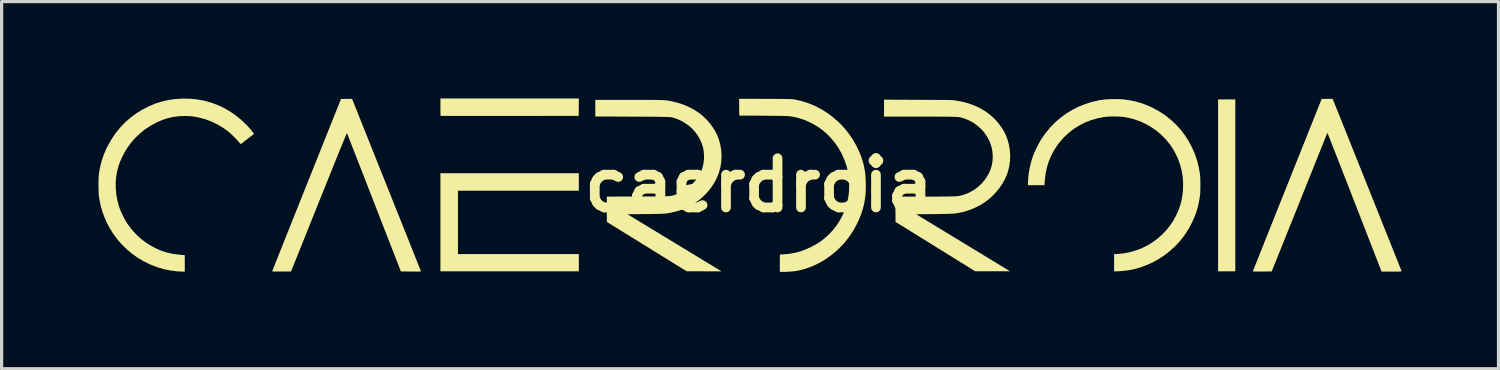
<source format=kicad_pcb>
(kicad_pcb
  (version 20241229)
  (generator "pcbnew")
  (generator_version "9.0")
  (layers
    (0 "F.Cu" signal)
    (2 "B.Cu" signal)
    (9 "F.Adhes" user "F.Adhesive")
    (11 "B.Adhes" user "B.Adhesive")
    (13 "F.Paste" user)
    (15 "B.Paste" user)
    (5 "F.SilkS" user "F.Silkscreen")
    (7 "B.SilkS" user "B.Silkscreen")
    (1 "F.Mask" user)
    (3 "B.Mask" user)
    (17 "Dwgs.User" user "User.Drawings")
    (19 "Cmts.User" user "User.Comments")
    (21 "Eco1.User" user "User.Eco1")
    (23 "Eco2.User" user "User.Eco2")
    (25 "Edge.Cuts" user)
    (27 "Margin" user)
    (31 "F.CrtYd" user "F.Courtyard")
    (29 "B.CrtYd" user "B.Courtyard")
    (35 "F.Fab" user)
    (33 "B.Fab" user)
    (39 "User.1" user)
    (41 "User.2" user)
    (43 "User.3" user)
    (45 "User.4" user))
  (footprint "caerdroia"
    (layer "F.Cu")
    (at 20.451 2.686)
    (property "Reference" "caerdroia" (at 0 0 0) (layer "F.SilkS") (effects (font (size 1.524 1.524) (thickness 0.3))))
    (attr board_only exclude_from_pos_files exclude_from_bom)
    (fp_poly (pts (xy 14.758 2.667) (xy 14.224 2.667) (xy 14.224 -2.657) (xy 14.758 -2.657)) (stroke (width 0) (type solid)) (fill yes) (layer "F.SilkS"))
    (fp_poly (pts (xy -5.574 0.171) (xy -9.318 0.171) (xy -9.318 2.133) (xy -5.574 2.133) (xy -5.574 2.667) (xy -9.861 2.667) (xy -9.861 -0.371) (xy -5.574 -0.371)) (stroke (width 0) (type solid)) (fill yes) (layer "F.SilkS"))
    (fp_poly (pts (xy -5.576 -2.417) (xy -5.578 -2.148) (xy -7.713 -2.145) (xy -7.914 -2.145) (xy -8.109 -2.145) (xy -8.298 -2.145) (xy -8.481 -2.145) (xy -8.656 -2.145) (xy -8.823 -2.145) (xy -8.98 -2.145) (xy -9.127 -2.145) (xy -9.263 -2.145) (xy -9.388 -2.146) (xy -9.499 -2.146) (xy -9.597 -2.146) (xy -9.68 -2.147) (xy -9.749 -2.147) (xy -9.801 -2.148) (xy -9.836 -2.148) (xy -9.853 -2.149) (xy -9.854 -2.149) (xy -9.856 -2.16) (xy -9.858 -2.187) (xy -9.859 -2.229) (xy -9.86 -2.282) (xy -9.861 -2.344) (xy -9.861 -2.413) (xy -9.861 -2.421) (xy -9.861 -2.686) (xy -5.573 -2.686)) (stroke (width 0) (type solid)) (fill yes) (layer "F.SilkS"))
    (fp_poly (pts (xy -12.657 -2.674) (xy -12.624 -2.673) (xy -12.603 -2.67) (xy -12.594 -2.666) (xy -12.593 -2.664) (xy -12.589 -2.655) (xy -12.578 -2.628) (xy -12.561 -2.585) (xy -12.538 -2.526) (xy -12.508 -2.453) (xy -12.473 -2.365) (xy -12.432 -2.264) (xy -12.387 -2.149) (xy -12.336 -2.023) (xy -12.281 -1.885) (xy -12.222 -1.736) (xy -12.158 -1.577) (xy -12.091 -1.409) (xy -12.02 -1.232) (xy -11.946 -1.047) (xy -11.869 -0.854) (xy -11.79 -0.655) (xy -11.708 -0.45) (xy -11.624 -0.24) (xy -11.538 -0.025) (xy -11.529 -0.003) (xy -11.443 0.213) (xy -11.359 0.424) (xy -11.277 0.629) (xy -11.197 0.829) (xy -11.119 1.022) (xy -11.045 1.208) (xy -10.974 1.386) (xy -10.906 1.556) (xy -10.842 1.716) (xy -10.783 1.866) (xy -10.727 2.005) (xy -10.676 2.133) (xy -10.63 2.248) (xy -10.589 2.351) (xy -10.553 2.441) (xy -10.523 2.516) (xy -10.499 2.576) (xy -10.481 2.621) (xy -10.469 2.65) (xy -10.465 2.661) (xy -10.465 2.662) (xy -10.465 2.666) (xy -10.469 2.669) (xy -10.481 2.671) (xy -10.5 2.673) (xy -10.53 2.674) (xy -10.572 2.675) (xy -10.627 2.675) (xy -10.698 2.674) (xy -10.772 2.674) (xy -11.085 2.671) (xy -11.916 0.538) (xy -11.991 0.345) (xy -12.065 0.156) (xy -12.136 -0.028) (xy -12.205 -0.205) (xy -12.272 -0.376) (xy -12.335 -0.539) (xy -12.396 -0.693) (xy -12.452 -0.838) (xy -12.505 -0.974) (xy -12.554 -1.098) (xy -12.598 -1.211) (xy -12.637 -1.311) (xy -12.671 -1.399) (xy -12.7 -1.472) (xy -12.723 -1.531) (xy -12.74 -1.574) (xy -12.75 -1.602) (xy -12.754 -1.612) (xy -12.758 -1.608) (xy -12.766 -1.59) (xy -12.78 -1.56) (xy -12.799 -1.517) (xy -12.823 -1.459) (xy -12.853 -1.388) (xy -12.888 -1.302) (xy -12.929 -1.202) (xy -12.976 -1.087) (xy -13.029 -0.956) (xy -13.088 -0.81) (xy -13.154 -0.649) (xy -13.225 -0.471) (xy -13.304 -0.277) (xy -13.388 -0.066) (xy -13.48 0.162) (xy -13.578 0.407) (xy -13.624 0.521) (xy -14.487 2.671) (xy -14.78 2.674) (xy -14.852 2.674) (xy -14.918 2.674) (xy -14.975 2.674) (xy -15.021 2.673) (xy -15.054 2.672) (xy -15.07 2.67) (xy -15.072 2.669) (xy -15.069 2.66) (xy -15.058 2.634) (xy -15.042 2.591) (xy -15.018 2.533) (xy -14.989 2.459) (xy -14.955 2.372) (xy -14.914 2.271) (xy -14.869 2.157) (xy -14.819 2.031) (xy -14.764 1.893) (xy -14.705 1.744) (xy -14.641 1.586) (xy -14.574 1.417) (xy -14.504 1.241) (xy -14.43 1.055) (xy -14.353 0.863) (xy -14.273 0.664) (xy -14.191 0.458) (xy -14.107 0.248) (xy -14.021 0.032) (xy -14.006 -0.005) (xy -12.94 -2.671) (xy -12.769 -2.674) (xy -12.704 -2.675)) (stroke (width 0) (type solid)) (fill yes) (layer "F.SilkS"))
    (fp_poly (pts (xy 17.712 -2.674) (xy 17.745 -2.673) (xy 17.765 -2.67) (xy 17.775 -2.665) (xy 17.775 -2.664) (xy 17.78 -2.655) (xy 17.791 -2.628) (xy 17.808 -2.585) (xy 17.832 -2.526) (xy 17.862 -2.453) (xy 17.897 -2.365) (xy 17.938 -2.263) (xy 17.984 -2.149) (xy 18.035 -2.023) (xy 18.09 -1.885) (xy 18.15 -1.736) (xy 18.214 -1.577) (xy 18.281 -1.409) (xy 18.352 -1.232) (xy 18.426 -1.046) (xy 18.503 -0.854) (xy 18.583 -0.655) (xy 18.665 -0.449) (xy 18.749 -0.239) (xy 18.835 -0.024) (xy 18.845 0) (xy 18.931 0.216) (xy 19.015 0.427) (xy 19.098 0.632) (xy 19.177 0.832) (xy 19.255 1.026) (xy 19.329 1.212) (xy 19.4 1.39) (xy 19.468 1.559) (xy 19.532 1.719) (xy 19.592 1.869) (xy 19.647 2.008) (xy 19.698 2.136) (xy 19.744 2.251) (xy 19.786 2.354) (xy 19.821 2.444) (xy 19.851 2.519) (xy 19.875 2.579) (xy 19.893 2.624) (xy 19.905 2.652) (xy 19.909 2.664) (xy 19.909 2.664) (xy 19.907 2.668) (xy 19.896 2.67) (xy 19.874 2.672) (xy 19.841 2.674) (xy 19.794 2.675) (xy 19.732 2.676) (xy 19.653 2.676) (xy 19.601 2.676) (xy 19.288 2.676) (xy 18.45 0.523) (xy 18.374 0.329) (xy 18.301 0.139) (xy 18.229 -0.044) (xy 18.16 -0.222) (xy 18.093 -0.393) (xy 18.03 -0.555) (xy 17.969 -0.709) (xy 17.913 -0.854) (xy 17.86 -0.989) (xy 17.811 -1.113) (xy 17.767 -1.225) (xy 17.728 -1.325) (xy 17.694 -1.412) (xy 17.665 -1.485) (xy 17.641 -1.543) (xy 17.624 -1.586) (xy 17.613 -1.612) (xy 17.609 -1.622) (xy 17.609 -1.622) (xy 17.605 -1.613) (xy 17.595 -1.586) (xy 17.577 -1.544) (xy 17.554 -1.486) (xy 17.525 -1.414) (xy 17.491 -1.327) (xy 17.451 -1.228) (xy 17.406 -1.116) (xy 17.356 -0.993) (xy 17.302 -0.858) (xy 17.244 -0.714) (xy 17.183 -0.561) (xy 17.118 -0.399) (xy 17.05 -0.229) (xy 16.979 -0.052) (xy 16.905 0.131) (xy 16.83 0.319) (xy 16.752 0.512) (xy 16.746 0.529) (xy 15.885 2.671) (xy 15.593 2.674) (xy 15.521 2.674) (xy 15.455 2.674) (xy 15.398 2.674) (xy 15.352 2.673) (xy 15.319 2.671) (xy 15.303 2.67) (xy 15.301 2.669) (xy 15.304 2.66) (xy 15.315 2.633) (xy 15.332 2.591) (xy 15.355 2.532) (xy 15.384 2.459) (xy 15.418 2.372) (xy 15.459 2.271) (xy 15.504 2.157) (xy 15.554 2.03) (xy 15.609 1.893) (xy 15.668 1.744) (xy 15.732 1.585) (xy 15.799 1.417) (xy 15.869 1.24) (xy 15.943 1.055) (xy 16.02 0.863) (xy 16.1 0.663) (xy 16.182 0.458) (xy 16.266 0.247) (xy 16.352 0.032) (xy 16.367 -0.005) (xy 17.432 -2.671) (xy 17.599 -2.674) (xy 17.664 -2.675)) (stroke (width 0) (type solid)) (fill yes) (layer "F.SilkS"))
    (fp_poly (pts (xy 0.207 -2.674) (xy 0.351 -2.673) (xy 0.477 -2.673) (xy 0.587 -2.672) (xy 0.682 -2.672) (xy 0.763 -2.671) (xy 0.832 -2.67) (xy 0.889 -2.669) (xy 0.938 -2.668) (xy 0.978 -2.667) (xy 1.011 -2.665) (xy 1.039 -2.663) (xy 1.063 -2.661) (xy 1.084 -2.659) (xy 1.103 -2.656) (xy 1.122 -2.652) (xy 1.136 -2.65) (xy 1.35 -2.599) (xy 1.559 -2.531) (xy 1.762 -2.444) (xy 1.958 -2.341) (xy 2.146 -2.22) (xy 2.326 -2.083) (xy 2.497 -1.93) (xy 2.536 -1.892) (xy 2.669 -1.748) (xy 2.792 -1.591) (xy 2.906 -1.423) (xy 3.008 -1.248) (xy 3.096 -1.069) (xy 3.171 -0.886) (xy 3.229 -0.705) (xy 3.253 -0.608) (xy 3.271 -0.523) (xy 3.285 -0.446) (xy 3.295 -0.37) (xy 3.303 -0.292) (xy 3.308 -0.206) (xy 3.312 -0.107) (xy 3.313 -0.074) (xy 3.314 0.077) (xy 3.31 0.215) (xy 3.299 0.344) (xy 3.282 0.466) (xy 3.259 0.589) (xy 3.235 0.688) (xy 3.178 0.875) (xy 3.103 1.063) (xy 3.014 1.249) (xy 2.911 1.43) (xy 2.797 1.601) (xy 2.673 1.761) (xy 2.599 1.844) (xy 2.437 2.006) (xy 2.265 2.152) (xy 2.084 2.282) (xy 1.895 2.395) (xy 1.698 2.492) (xy 1.506 2.566) (xy 1.387 2.604) (xy 1.274 2.633) (xy 1.162 2.655) (xy 1.045 2.67) (xy 0.918 2.679) (xy 0.841 2.683) (xy 0.776 2.685) (xy 0.728 2.685) (xy 0.694 2.685) (xy 0.672 2.683) (xy 0.659 2.681) (xy 0.653 2.676) (xy 0.653 2.675) (xy 0.651 2.662) (xy 0.65 2.633) (xy 0.65 2.59) (xy 0.65 2.536) (xy 0.65 2.473) (xy 0.65 2.405) (xy 0.65 2.405) (xy 0.653 2.148) (xy 0.772 2.141) (xy 0.953 2.124) (xy 1.128 2.092) (xy 1.301 2.044) (xy 1.474 1.979) (xy 1.605 1.919) (xy 1.732 1.853) (xy 1.846 1.785) (xy 1.954 1.71) (xy 2.02 1.659) (xy 2.166 1.53) (xy 2.299 1.387) (xy 2.418 1.233) (xy 2.523 1.068) (xy 2.612 0.895) (xy 2.685 0.713) (xy 2.741 0.526) (xy 2.777 0.343) (xy 2.787 0.262) (xy 2.794 0.169) (xy 2.798 0.07) (xy 2.799 -0.03) (xy 2.797 -0.124) (xy 2.792 -0.206) (xy 2.792 -0.206) (xy 2.763 -0.402) (xy 2.717 -0.595) (xy 2.653 -0.782) (xy 2.573 -0.963) (xy 2.478 -1.136) (xy 2.367 -1.299) (xy 2.243 -1.452) (xy 2.106 -1.592) (xy 1.963 -1.713) (xy 1.831 -1.807) (xy 1.688 -1.892) (xy 1.539 -1.967) (xy 1.388 -2.03) (xy 1.238 -2.079) (xy 1.136 -2.104) (xy 1.099 -2.111) (xy 1.066 -2.118) (xy 1.034 -2.124) (xy 1.003 -2.129) (xy 0.971 -2.133) (xy 0.936 -2.136) (xy 0.896 -2.139) (xy 0.851 -2.142) (xy 0.799 -2.144) (xy 0.737 -2.145) (xy 0.665 -2.147) (xy 0.582 -2.148) (xy 0.484 -2.149) (xy 0.372 -2.15) (xy 0.243 -2.151) (xy 0.152 -2.152) (xy -0.605 -2.157) (xy -0.608 -2.417) (xy -0.61 -2.677)) (stroke (width 0) (type solid)) (fill yes) (layer "F.SilkS"))
    (fp_poly (pts (xy -3.856 -2.643) (xy -3.705 -2.643) (xy -3.57 -2.643) (xy -3.451 -2.642) (xy -3.346 -2.642) (xy -3.254 -2.641) (xy -3.173 -2.64) (xy -3.103 -2.639) (xy -3.043 -2.637) (xy -2.99 -2.635) (xy -2.944 -2.633) (xy -2.904 -2.63) (xy -2.867 -2.627) (xy -2.835 -2.623) (xy -2.803 -2.619) (xy -2.773 -2.614) (xy -2.742 -2.608) (xy -2.709 -2.601) (xy -2.696 -2.599) (xy -2.511 -2.554) (xy -2.332 -2.494) (xy -2.162 -2.421) (xy -2.002 -2.336) (xy -1.853 -2.239) (xy -1.718 -2.131) (xy -1.605 -2.02) (xy -1.488 -1.882) (xy -1.389 -1.74) (xy -1.308 -1.594) (xy -1.245 -1.443) (xy -1.2 -1.287) (xy -1.192 -1.251) (xy -1.163 -1.071) (xy -1.154 -0.894) (xy -1.163 -0.721) (xy -1.19 -0.551) (xy -1.237 -0.385) (xy -1.301 -0.223) (xy -1.384 -0.066) (xy -1.485 0.086) (xy -1.568 0.19) (xy -1.698 0.329) (xy -1.84 0.453) (xy -1.994 0.563) (xy -2.159 0.658) (xy -2.335 0.738) (xy -2.52 0.802) (xy -2.715 0.85) (xy -2.839 0.872) (xy -2.867 0.876) (xy -2.898 0.879) (xy -2.935 0.882) (xy -2.979 0.884) (xy -3.032 0.886) (xy -3.096 0.888) (xy -3.171 0.89) (xy -3.261 0.891) (xy -3.366 0.893) (xy -3.488 0.894) (xy -3.507 0.894) (xy -4.066 0.9) (xy -2.741 1.705) (xy -2.593 1.795) (xy -2.448 1.883) (xy -2.307 1.968) (xy -2.171 2.051) (xy -2.041 2.13) (xy -1.918 2.204) (xy -1.803 2.274) (xy -1.697 2.339) (xy -1.601 2.397) (xy -1.515 2.449) (xy -1.441 2.494) (xy -1.38 2.531) (xy -1.333 2.56) (xy -1.3 2.58) (xy -1.287 2.588) (xy -1.158 2.667) (xy -2.234 2.666) (xy -4.706 1.138) (xy -4.706 0.746) (xy -4.707 0.353) (xy -3.747 0.35) (xy -3.587 0.349) (xy -3.445 0.349) (xy -3.32 0.348) (xy -3.21 0.348) (xy -3.115 0.347) (xy -3.032 0.346) (xy -2.961 0.345) (xy -2.9 0.343) (xy -2.848 0.341) (xy -2.804 0.339) (xy -2.767 0.336) (xy -2.736 0.333) (xy -2.708 0.328) (xy -2.684 0.323) (xy -2.661 0.318) (xy -2.639 0.311) (xy -2.616 0.304) (xy -2.591 0.295) (xy -2.572 0.289) (xy -2.442 0.237) (xy -2.322 0.174) (xy -2.209 0.097) (xy -2.1 0.004) (xy -2.067 -0.029) (xy -1.96 -0.145) (xy -1.872 -0.266) (xy -1.802 -0.392) (xy -1.75 -0.524) (xy -1.716 -0.662) (xy -1.698 -0.807) (xy -1.696 -0.886) (xy -1.704 -1.031) (xy -1.728 -1.169) (xy -1.77 -1.302) (xy -1.828 -1.431) (xy -1.905 -1.558) (xy -1.981 -1.66) (xy -2.067 -1.754) (xy -2.168 -1.843) (xy -2.28 -1.923) (xy -2.399 -1.992) (xy -2.52 -2.047) (xy -2.568 -2.065) (xy -2.591 -2.073) (xy -2.611 -2.08) (xy -2.631 -2.086) (xy -2.65 -2.091) (xy -2.671 -2.096) (xy -2.693 -2.101) (xy -2.719 -2.104) (xy -2.749 -2.108) (xy -2.784 -2.11) (xy -2.826 -2.113) (xy -2.876 -2.115) (xy -2.935 -2.116) (xy -3.003 -2.117) (xy -3.082 -2.119) (xy -3.173 -2.12) (xy -3.277 -2.12) (xy -3.396 -2.121) (xy -3.53 -2.122) (xy -3.68 -2.122) (xy -3.848 -2.123) (xy -3.916 -2.123) (xy -5.064 -2.129) (xy -5.064 -2.643) (xy -4.025 -2.643)) (stroke (width 0) (type solid)) (fill yes) (layer "F.SilkS"))
    (fp_poly (pts (xy 4.933 -2.645) (xy 5.101 -2.644) (xy 5.251 -2.644) (xy 5.385 -2.643) (xy 5.502 -2.642) (xy 5.606 -2.641) (xy 5.695 -2.641) (xy 5.773 -2.64) (xy 5.839 -2.639) (xy 5.895 -2.637) (xy 5.942 -2.636) (xy 5.982 -2.635) (xy 6.015 -2.633) (xy 6.042 -2.631) (xy 6.064 -2.629) (xy 6.084 -2.626) (xy 6.091 -2.625) (xy 6.302 -2.586) (xy 6.501 -2.531) (xy 6.688 -2.463) (xy 6.861 -2.381) (xy 7.022 -2.285) (xy 7.17 -2.174) (xy 7.306 -2.05) (xy 7.428 -1.912) (xy 7.537 -1.76) (xy 7.578 -1.695) (xy 7.65 -1.554) (xy 7.707 -1.404) (xy 7.749 -1.247) (xy 7.775 -1.085) (xy 7.785 -0.92) (xy 7.779 -0.754) (xy 7.757 -0.59) (xy 7.719 -0.43) (xy 7.683 -0.323) (xy 7.624 -0.189) (xy 7.549 -0.055) (xy 7.459 0.078) (xy 7.357 0.205) (xy 7.245 0.324) (xy 7.125 0.433) (xy 7.117 0.44) (xy 6.995 0.53) (xy 6.859 0.614) (xy 6.713 0.69) (xy 6.561 0.755) (xy 6.408 0.806) (xy 6.344 0.824) (xy 6.293 0.837) (xy 6.247 0.847) (xy 6.202 0.857) (xy 6.158 0.864) (xy 6.111 0.871) (xy 6.061 0.876) (xy 6.006 0.881) (xy 5.942 0.884) (xy 5.87 0.887) (xy 5.786 0.889) (xy 5.688 0.891) (xy 5.576 0.893) (xy 5.447 0.894) (xy 5.436 0.894) (xy 4.874 0.9) (xy 6.27 1.747) (xy 6.42 1.839) (xy 6.567 1.928) (xy 6.708 2.014) (xy 6.845 2.097) (xy 6.974 2.175) (xy 7.097 2.25) (xy 7.211 2.319) (xy 7.316 2.383) (xy 7.411 2.441) (xy 7.495 2.492) (xy 7.567 2.536) (xy 7.627 2.572) (xy 7.673 2.6) (xy 7.705 2.62) (xy 7.721 2.63) (xy 7.722 2.63) (xy 7.779 2.666) (xy 7.241 2.666) (xy 6.703 2.666) (xy 5.469 1.901) (xy 4.235 1.137) (xy 4.232 0.745) (xy 4.23 0.352) (xy 5.147 0.352) (xy 5.309 0.352) (xy 5.453 0.352) (xy 5.581 0.352) (xy 5.693 0.351) (xy 5.792 0.351) (xy 5.877 0.35) (xy 5.951 0.348) (xy 6.015 0.346) (xy 6.07 0.344) (xy 6.117 0.341) (xy 6.157 0.338) (xy 6.192 0.333) (xy 6.223 0.328) (xy 6.252 0.322) (xy 6.278 0.316) (xy 6.305 0.308) (xy 6.333 0.299) (xy 6.356 0.292) (xy 6.504 0.234) (xy 6.642 0.159) (xy 6.769 0.07) (xy 6.885 -0.034) (xy 6.988 -0.152) (xy 7.077 -0.283) (xy 7.13 -0.378) (xy 7.184 -0.506) (xy 7.221 -0.641) (xy 7.241 -0.78) (xy 7.245 -0.922) (xy 7.232 -1.063) (xy 7.203 -1.201) (xy 7.156 -1.334) (xy 7.136 -1.379) (xy 7.065 -1.51) (xy 6.985 -1.628) (xy 6.91 -1.715) (xy 6.794 -1.824) (xy 6.668 -1.919) (xy 6.532 -1.997) (xy 6.388 -2.058) (xy 6.288 -2.089) (xy 6.268 -2.094) (xy 6.248 -2.099) (xy 6.228 -2.103) (xy 6.205 -2.107) (xy 6.178 -2.11) (xy 6.148 -2.113) (xy 6.112 -2.115) (xy 6.069 -2.117) (xy 6.019 -2.119) (xy 5.959 -2.12) (xy 5.89 -2.121) (xy 5.81 -2.122) (xy 5.718 -2.123) (xy 5.613 -2.123) (xy 5.493 -2.123) (xy 5.358 -2.124) (xy 5.206 -2.124) (xy 5.037 -2.124) (xy 4.988 -2.124) (xy 3.878 -2.124) (xy 3.878 -2.649)) (stroke (width 0) (type solid)) (fill yes) (layer "F.SilkS"))
    (fp_poly (pts (xy 11.108 -2.666) (xy 11.191 -2.664) (xy 11.263 -2.66) (xy 11.295 -2.657) (xy 11.484 -2.631) (xy 11.661 -2.595) (xy 11.832 -2.546) (xy 12.002 -2.484) (xy 12.176 -2.407) (xy 12.2 -2.395) (xy 12.398 -2.288) (xy 12.585 -2.166) (xy 12.759 -2.029) (xy 12.921 -1.878) (xy 13.069 -1.714) (xy 13.186 -1.562) (xy 13.309 -1.373) (xy 13.415 -1.176) (xy 13.504 -0.973) (xy 13.575 -0.761) (xy 13.629 -0.542) (xy 13.654 -0.399) (xy 13.661 -0.35) (xy 13.667 -0.305) (xy 13.671 -0.261) (xy 13.673 -0.214) (xy 13.675 -0.16) (xy 13.676 -0.095) (xy 13.676 -0.016) (xy 13.676 0) (xy 13.675 0.084) (xy 13.674 0.152) (xy 13.673 0.208) (xy 13.67 0.257) (xy 13.666 0.302) (xy 13.66 0.347) (xy 13.654 0.39) (xy 13.625 0.553) (xy 13.589 0.704) (xy 13.545 0.848) (xy 13.503 0.962) (xy 13.411 1.169) (xy 13.304 1.366) (xy 13.182 1.552) (xy 13.045 1.727) (xy 12.894 1.89) (xy 12.73 2.04) (xy 12.555 2.176) (xy 12.367 2.297) (xy 12.227 2.374) (xy 12.035 2.464) (xy 11.845 2.537) (xy 11.657 2.593) (xy 11.466 2.632) (xy 11.27 2.656) (xy 11.154 2.664) (xy 11.004 2.67) (xy 11.004 2.136) (xy 11.111 2.13) (xy 11.317 2.108) (xy 11.516 2.068) (xy 11.708 2.011) (xy 11.893 1.937) (xy 12.07 1.846) (xy 12.238 1.738) (xy 12.397 1.613) (xy 12.494 1.524) (xy 12.618 1.395) (xy 12.726 1.263) (xy 12.821 1.125) (xy 12.904 0.978) (xy 12.923 0.939) (xy 12.996 0.777) (xy 13.052 0.62) (xy 13.094 0.461) (xy 13.122 0.298) (xy 13.138 0.131) (xy 13.141 -0.075) (xy 13.126 -0.276) (xy 13.092 -0.472) (xy 13.04 -0.663) (xy 12.97 -0.849) (xy 12.883 -1.028) (xy 12.837 -1.107) (xy 12.726 -1.272) (xy 12.601 -1.424) (xy 12.463 -1.564) (xy 12.313 -1.69) (xy 12.151 -1.802) (xy 11.98 -1.899) (xy 11.799 -1.981) (xy 11.611 -2.046) (xy 11.415 -2.094) (xy 11.319 -2.111) (xy 11.249 -2.119) (xy 11.166 -2.125) (xy 11.074 -2.128) (xy 10.978 -2.129) (xy 10.883 -2.127) (xy 10.795 -2.122) (xy 10.718 -2.115) (xy 10.69 -2.111) (xy 10.487 -2.071) (xy 10.291 -2.014) (xy 10.105 -1.941) (xy 9.927 -1.851) (xy 9.76 -1.747) (xy 9.604 -1.627) (xy 9.459 -1.492) (xy 9.405 -1.435) (xy 9.275 -1.278) (xy 9.163 -1.113) (xy 9.067 -0.939) (xy 8.989 -0.757) (xy 8.928 -0.568) (xy 8.884 -0.371) (xy 8.859 -0.168) (xy 8.855 -0.112) (xy 8.848 0) (xy 8.336 0) (xy 8.336 -0.069) (xy 8.342 -0.199) (xy 8.356 -0.339) (xy 8.38 -0.485) (xy 8.411 -0.632) (xy 8.449 -0.775) (xy 8.493 -0.908) (xy 8.494 -0.911) (xy 8.519 -0.973) (xy 8.551 -1.047) (xy 8.589 -1.127) (xy 8.63 -1.21) (xy 8.671 -1.289) (xy 8.71 -1.361) (xy 8.746 -1.42) (xy 8.75 -1.427) (xy 8.88 -1.613) (xy 9.023 -1.786) (xy 9.178 -1.945) (xy 9.345 -2.09) (xy 9.522 -2.22) (xy 9.71 -2.334) (xy 9.906 -2.433) (xy 10.111 -2.516) (xy 10.323 -2.582) (xy 10.541 -2.63) (xy 10.696 -2.653) (xy 10.761 -2.658) (xy 10.84 -2.663) (xy 10.928 -2.666) (xy 11.019 -2.667)) (stroke (width 0) (type solid)) (fill yes) (layer "F.SilkS"))
    (fp_poly (pts (xy -17.624 -2.68) (xy -17.403 -2.658) (xy -17.186 -2.619) (xy -16.974 -2.562) (xy -16.769 -2.487) (xy -16.571 -2.395) (xy -16.38 -2.286) (xy -16.198 -2.16) (xy -16.024 -2.018) (xy -15.861 -1.86) (xy -15.83 -1.828) (xy -15.793 -1.787) (xy -15.756 -1.745) (xy -15.721 -1.703) (xy -15.689 -1.664) (xy -15.663 -1.63) (xy -15.644 -1.605) (xy -15.636 -1.59) (xy -15.636 -1.587) (xy -15.644 -1.581) (xy -15.665 -1.564) (xy -15.697 -1.539) (xy -15.739 -1.507) (xy -15.787 -1.47) (xy -15.835 -1.434) (xy -15.888 -1.393) (xy -15.936 -1.355) (xy -15.978 -1.323) (xy -16.01 -1.298) (xy -16.032 -1.282) (xy -16.04 -1.276) (xy -16.05 -1.279) (xy -16.069 -1.296) (xy -16.095 -1.325) (xy -16.11 -1.343) (xy -16.151 -1.391) (xy -16.203 -1.447) (xy -16.262 -1.507) (xy -16.323 -1.565) (xy -16.382 -1.619) (xy -16.434 -1.664) (xy -16.44 -1.668) (xy -16.6 -1.784) (xy -16.772 -1.885) (xy -16.953 -1.971) (xy -17.14 -2.042) (xy -17.331 -2.095) (xy -17.525 -2.13) (xy -17.549 -2.133) (xy -17.588 -2.137) (xy -17.64 -2.139) (xy -17.7 -2.142) (xy -17.761 -2.143) (xy -17.785 -2.143) (xy -17.963 -2.136) (xy -18.132 -2.115) (xy -18.295 -2.079) (xy -18.457 -2.026) (xy -18.622 -1.957) (xy -18.644 -1.947) (xy -18.829 -1.848) (xy -19.003 -1.734) (xy -19.164 -1.606) (xy -19.313 -1.464) (xy -19.448 -1.309) (xy -19.569 -1.141) (xy -19.589 -1.109) (xy -19.63 -1.04) (xy -19.673 -0.96) (xy -19.716 -0.875) (xy -19.756 -0.788) (xy -19.791 -0.706) (xy -19.818 -0.633) (xy -19.821 -0.624) (xy -19.871 -0.444) (xy -19.903 -0.259) (xy -19.918 -0.07) (xy -19.915 0.122) (xy -19.896 0.313) (xy -19.859 0.503) (xy -19.805 0.688) (xy -19.801 0.7) (xy -19.77 0.781) (xy -19.73 0.871) (xy -19.684 0.965) (xy -19.636 1.057) (xy -19.587 1.141) (xy -19.552 1.196) (xy -19.431 1.361) (xy -19.297 1.511) (xy -19.149 1.649) (xy -18.989 1.772) (xy -18.815 1.882) (xy -18.672 1.957) (xy -18.504 2.03) (xy -18.331 2.086) (xy -18.152 2.126) (xy -17.963 2.151) (xy -17.928 2.154) (xy -17.778 2.166) (xy -17.778 2.676) (xy -17.866 2.675) (xy -17.911 2.673) (xy -17.955 2.672) (xy -17.989 2.67) (xy -17.997 2.67) (xy -18.216 2.643) (xy -18.431 2.599) (xy -18.64 2.537) (xy -18.843 2.458) (xy -19.038 2.364) (xy -19.225 2.254) (xy -19.403 2.129) (xy -19.57 1.99) (xy -19.726 1.839) (xy -19.869 1.674) (xy -19.999 1.498) (xy -20.114 1.31) (xy -20.18 1.186) (xy -20.258 1.013) (xy -20.322 0.844) (xy -20.373 0.672) (xy -20.413 0.493) (xy -20.438 0.343) (xy -20.442 0.298) (xy -20.446 0.238) (xy -20.448 0.167) (xy -20.45 0.087) (xy -20.451 0.004) (xy -20.45 -0.08) (xy -20.449 -0.161) (xy -20.446 -0.234) (xy -20.443 -0.297) (xy -20.439 -0.345) (xy -20.438 -0.352) (xy -20.402 -0.556) (xy -20.354 -0.749) (xy -20.291 -0.936) (xy -20.212 -1.121) (xy -20.161 -1.224) (xy -20.048 -1.424) (xy -19.921 -1.611) (xy -19.78 -1.785) (xy -19.626 -1.945) (xy -19.459 -2.092) (xy -19.28 -2.225) (xy -19.088 -2.343) (xy -19.06 -2.359) (xy -18.869 -2.454) (xy -18.679 -2.532) (xy -18.486 -2.593) (xy -18.288 -2.638) (xy -18.082 -2.667) (xy -17.867 -2.682) (xy -17.85 -2.682)) (stroke (width 0) (type solid)) (fill yes) (layer "F.SilkS")))
  (gr_rect
    (start -3 -3)
    (end 43.36 8.371)
    (stroke (width 0.1) (type default))
    (fill no)
    (layer "Edge.Cuts")))
</source>
